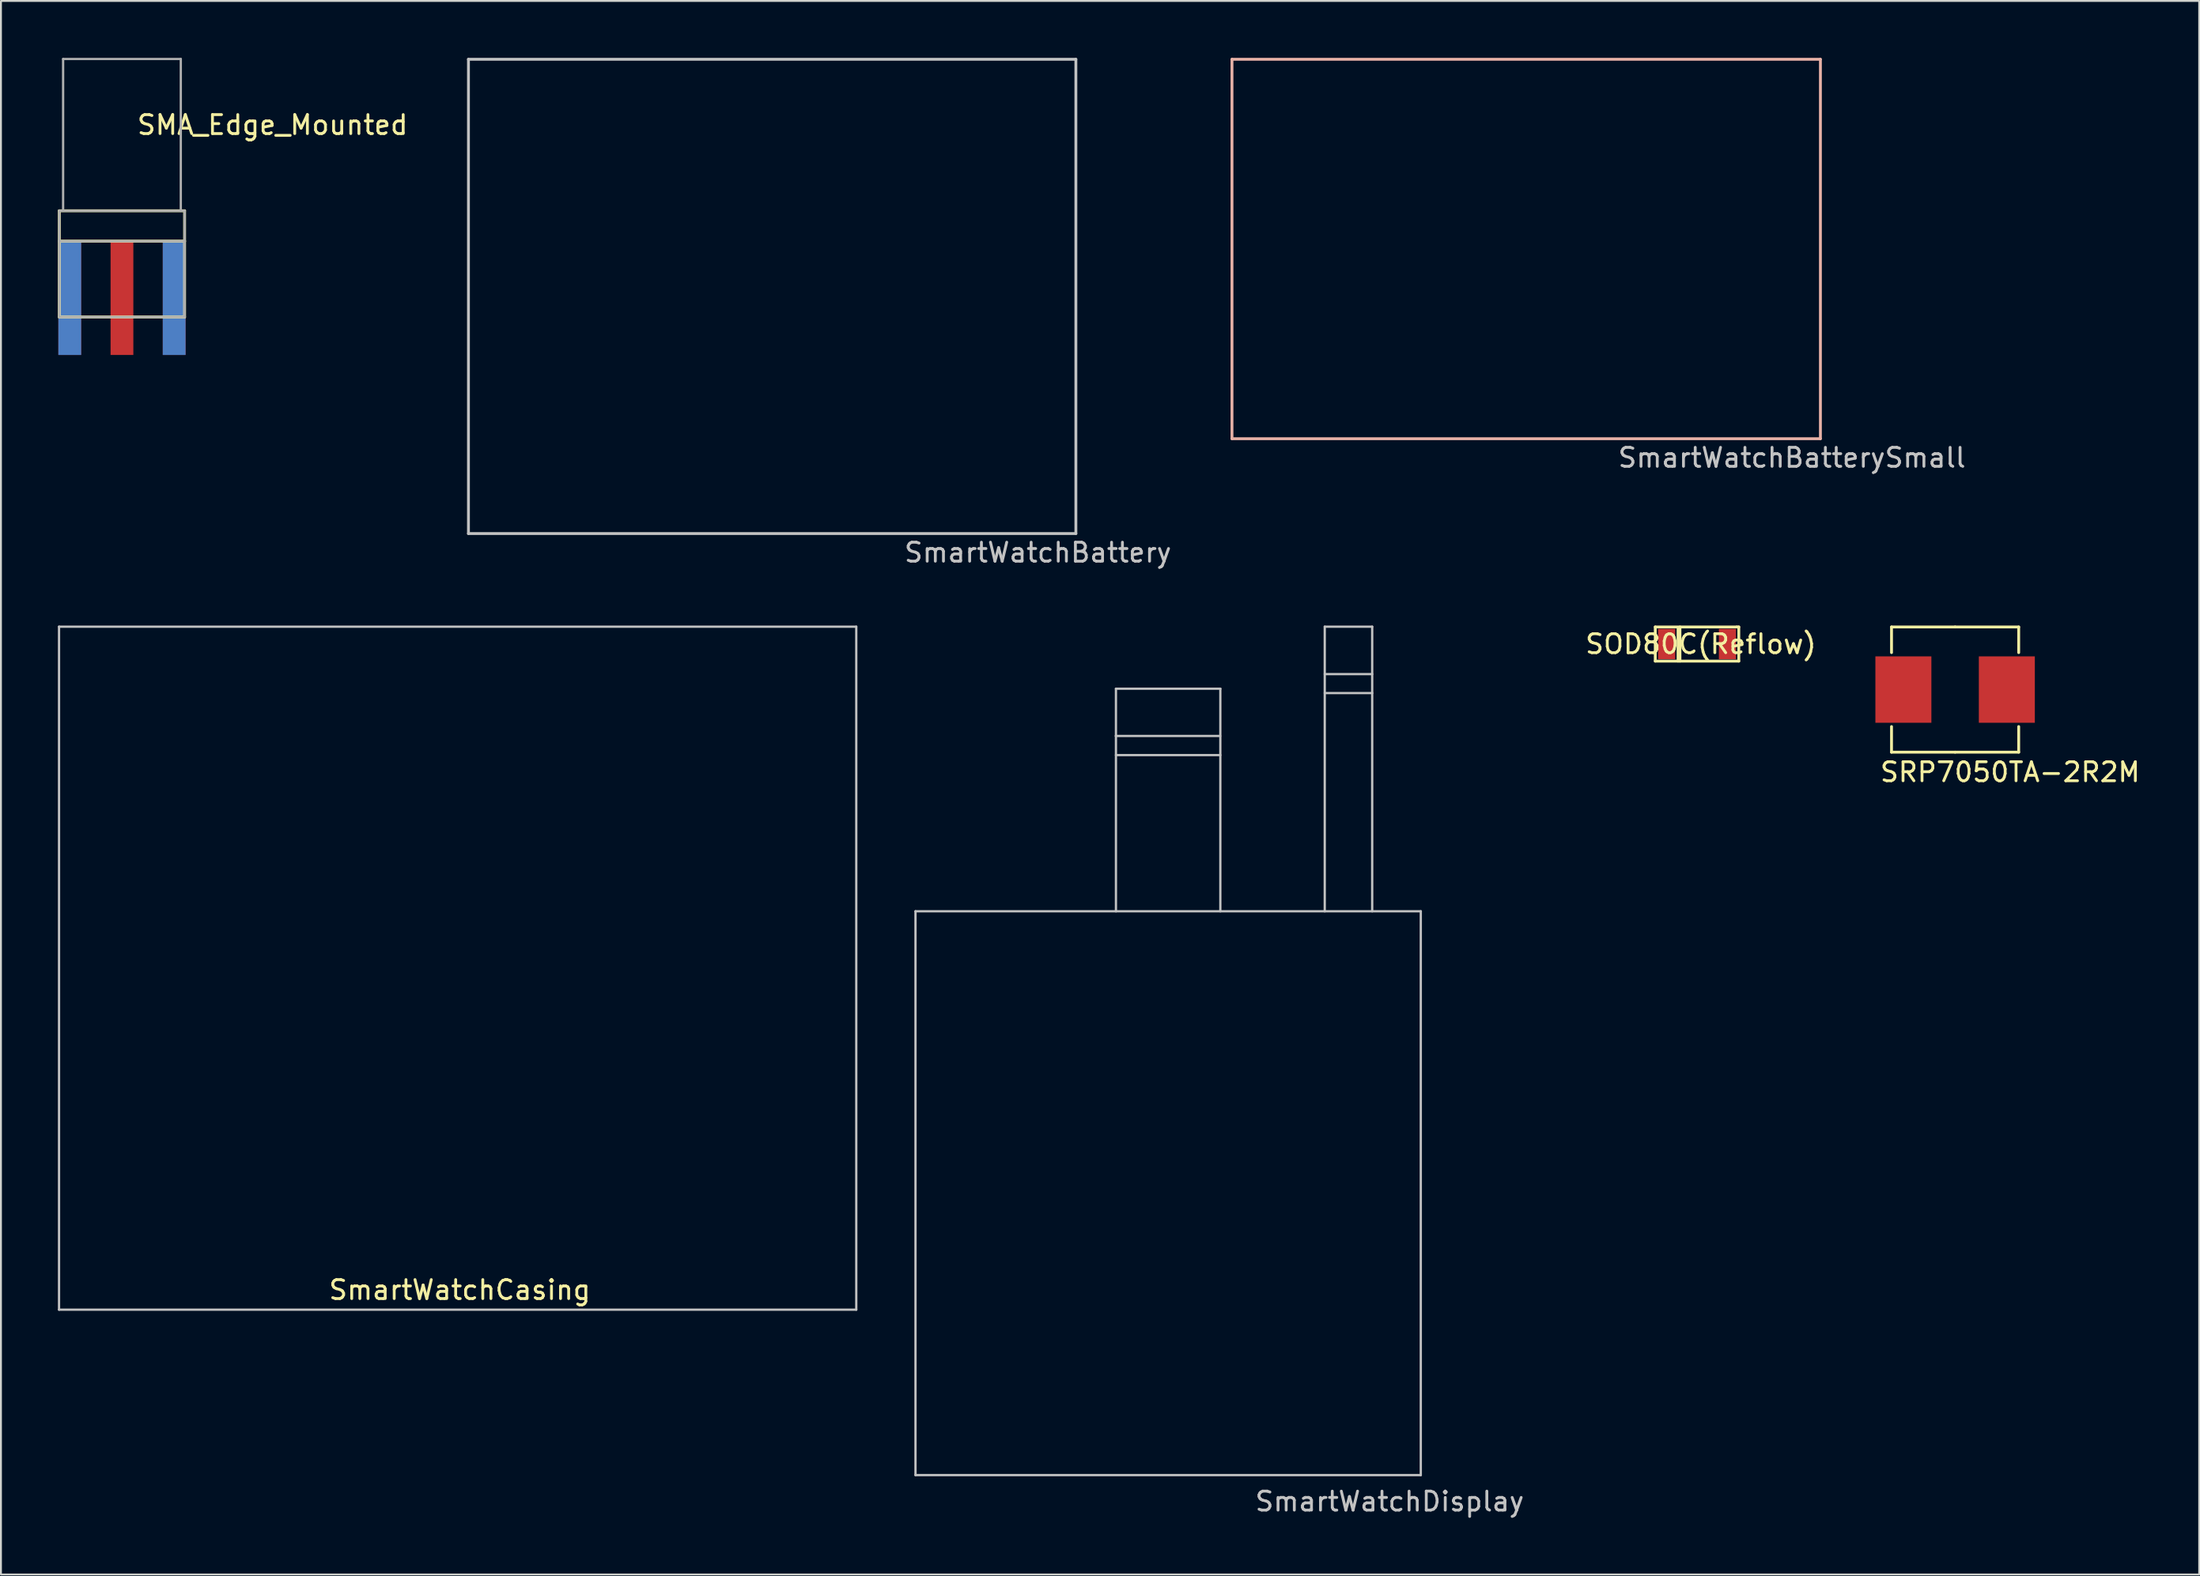
<source format=kicad_pcb>
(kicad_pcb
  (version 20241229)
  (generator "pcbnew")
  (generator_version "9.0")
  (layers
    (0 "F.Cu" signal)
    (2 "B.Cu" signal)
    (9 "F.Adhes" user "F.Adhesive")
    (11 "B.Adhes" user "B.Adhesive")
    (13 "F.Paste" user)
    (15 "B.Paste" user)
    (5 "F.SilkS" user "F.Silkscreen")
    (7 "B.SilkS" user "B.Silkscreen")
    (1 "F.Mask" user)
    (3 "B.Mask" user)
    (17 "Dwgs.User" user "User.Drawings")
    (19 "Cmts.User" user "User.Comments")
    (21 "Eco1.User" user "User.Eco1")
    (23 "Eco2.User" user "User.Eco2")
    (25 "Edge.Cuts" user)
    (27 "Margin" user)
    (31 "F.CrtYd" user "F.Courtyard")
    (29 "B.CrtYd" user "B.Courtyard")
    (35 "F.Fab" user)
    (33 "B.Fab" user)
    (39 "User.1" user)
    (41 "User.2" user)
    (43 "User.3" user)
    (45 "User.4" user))
  (footprint "SRP7050TA-2R2M"
    (layer "F.Cu")
    (at 99.949 33.298)
    (property "Reference" "SRP7050TA-2R2M" (at 2.9 4.35 0) (layer "F.SilkS") (effects (font (size 1 1) (thickness 0.15))))
    (attr through_hole)
    (fp_line (start -3.35 -3.3) (end -3.35 -1.95) (stroke (width 0.15) (type solid)) (layer "F.SilkS"))
    (fp_line (start -3.35 3.3) (end -3.35 1.95) (stroke (width 0.15) (type solid)) (layer "F.SilkS"))
    (fp_line (start 0 -3.3) (end -3.35 -3.3) (stroke (width 0.15) (type solid)) (layer "F.SilkS"))
    (fp_line (start 0 -3.3) (end 3.35 -3.3) (stroke (width 0.15) (type solid)) (layer "F.SilkS"))
    (fp_line (start 0 3.3) (end -3.35 3.3) (stroke (width 0.15) (type solid)) (layer "F.SilkS"))
    (fp_line (start 0 3.3) (end 3.35 3.3) (stroke (width 0.15) (type solid)) (layer "F.SilkS"))
    (fp_line (start 3.35 -3.3) (end 3.35 -1.95) (stroke (width 0.15) (type solid)) (layer "F.SilkS"))
    (fp_line (start 3.35 3.3) (end 3.35 1.95) (stroke (width 0.15) (type solid)) (layer "F.SilkS"))
    (pad "1" smd rect (at 2.725 0) (size 2.95 3.5) (layers "F.Cu" "F.Mask" "F.Paste"))
    (pad "2" smd rect (at -2.725 0) (size 2.95 3.5) (layers "F.Cu" "F.Mask" "F.Paste")))
  (footprint "SmartWatchBatterySmall"
    (layer "F.Cu")
    (at 77.353 10.075)
    (property "Reference" "SmartWatchBatterySmall" (at 14 11 0) (layer "Dwgs.User") (effects (font (size 1 1) (thickness 0.15))))
    (attr through_hole)
    (fp_line (start -15.5 -10) (end -15.5 10) (stroke (width 0.15) (type solid)) (layer "B.SilkS"))
    (fp_line (start -15.5 10) (end 15.5 10) (stroke (width 0.15) (type solid)) (layer "B.SilkS"))
    (fp_line (start 15.5 -10) (end -15.5 -10) (stroke (width 0.15) (type solid)) (layer "B.SilkS"))
    (fp_line (start 15.5 10) (end 15.5 -10) (stroke (width 0.15) (type solid)) (layer "B.SilkS")))
  (footprint "SmartWatchCasing"
    (layer "F.Cu")
    (at 21.06 47.983)
    (property "Reference" "SmartWatchCasing" (at 0.11 16.96 0) (layer "F.SilkS") (effects (font (size 1 1) (thickness 0.15))))
    (attr through_hole)
    (fp_line (start -21 18) (end -21 -18) (stroke (width 0.12) (type solid)) (layer "Dwgs.User"))
    (fp_line (start 21 -18) (end -21 -18) (stroke (width 0.12) (type solid)) (layer "Dwgs.User"))
    (fp_line (start 21 -18) (end 21 18) (stroke (width 0.12) (type solid)) (layer "Dwgs.User"))
    (fp_line (start 21 18) (end -21 18) (stroke (width 0.12) (type solid)) (layer "Dwgs.User")))
  (footprint "SOD80C(Reflow)"
    (layer "F.Cu")
    (at 86.353 30.898)
    (property "Reference" "SOD80C(Reflow)" (at 0.2 0 0) (layer "F.SilkS") (effects (font (size 1 1) (thickness 0.15))))
    (attr through_hole)
    (fp_line (start -2.2 -0.9) (end -2.2 0.9) (stroke (width 0.15) (type solid)) (layer "F.SilkS"))
    (fp_line (start -2.2 0.9) (end 2.2 0.9) (stroke (width 0.15) (type solid)) (layer "F.SilkS"))
    (fp_line (start -1 -0.8) (end -1 0.9) (stroke (width 0.15) (type solid)) (layer "F.SilkS"))
    (fp_line (start -0.9 0.9) (end -0.9 -0.9) (stroke (width 0.15) (type solid)) (layer "F.SilkS"))
    (fp_line (start 2.1 -0.9) (end -2.2 -0.9) (stroke (width 0.15) (type solid)) (layer "F.SilkS"))
    (fp_line (start 2.2 -0.9) (end 2.1 -0.9) (stroke (width 0.15) (type solid)) (layer "F.SilkS"))
    (fp_line (start 2.2 0.9) (end 2.2 -0.9) (stroke (width 0.15) (type solid)) (layer "F.SilkS"))
    (pad "1" smd rect (at -1.6 0) (size 0.9 1.6) (layers "F.Cu" "F.Mask" "F.Paste"))
    (pad "2" smd rect (at 1.6 0) (size 0.9 1.6) (layers "F.Cu" "F.Mask" "F.Paste")))
  (footprint "SmartWatchDisplay"
    (layer "F.Cu")
    (at 58.84 60.183)
    (property "Reference" "SmartWatchDisplay" (at 11.32 15.91 0) (layer "Dwgs.User") (effects (font (size 1 1) (thickness 0.15))))
    (attr through_hole)
    (fp_line (start -13.66 -15.2) (end 12.96 -15.2) (stroke (width 0.12) (type solid)) (layer "Dwgs.User"))
    (fp_line (start -13.66 14.52) (end -13.66 -15.2) (stroke (width 0.12) (type solid)) (layer "Dwgs.User"))
    (fp_line (start -13.66 14.52) (end 12.96 14.52) (stroke (width 0.12) (type solid)) (layer "Dwgs.User"))
    (fp_line (start -3.11 -24.44) (end 2.39 -24.44) (stroke (width 0.12) (type solid)) (layer "Dwgs.User"))
    (fp_line (start -3.1 -26.931) (end 2.4 -26.931) (stroke (width 0.12) (type solid)) (layer "Dwgs.User"))
    (fp_line (start -3.1 -23.431) (end 2.4 -23.431) (stroke (width 0.12) (type solid)) (layer "Dwgs.User"))
    (fp_line (start -3.1 -15.2) (end -3.1 -26.931) (stroke (width 0.12) (type solid)) (layer "Dwgs.User"))
    (fp_line (start 2.4 -15.2) (end 2.4 -26.931) (stroke (width 0.12) (type solid)) (layer "Dwgs.User"))
    (fp_line (start 7.9 -30.2) (end 10.4 -30.2) (stroke (width 0.12) (type solid)) (layer "Dwgs.User"))
    (fp_line (start 7.9 -15.2) (end 7.9 -30.2) (stroke (width 0.12) (type solid)) (layer "Dwgs.User"))
    (fp_line (start 10.4 -27.7) (end 7.9 -27.7) (stroke (width 0.12) (type solid)) (layer "Dwgs.User"))
    (fp_line (start 10.4 -26.7) (end 7.9 -26.7) (stroke (width 0.12) (type solid)) (layer "Dwgs.User"))
    (fp_line (start 10.4 -15.2) (end 10.4 -30.2) (stroke (width 0.12) (type solid)) (layer "Dwgs.User"))
    (fp_line (start 12.96 -15.2) (end 12.96 14.52) (stroke (width 0.12) (type solid)) (layer "Dwgs.User")))
  (footprint "SMA_Edge_Mounted"
    (layer "F.Cu")
    (at 3.375 9.66)
    (property "Reference" "SMA_Edge_Mounted" (at 7.935 -6.125 0) (layer "F.SilkS") (effects (font (size 1 1) (thickness 0.15))))
    (attr through_hole)
    (fp_line (start -3.3 -1.6) (end -3.3 0) (stroke (width 0.15) (type solid)) (layer "F.SilkS"))
    (fp_line (start -3.3 0) (end -3.3 4) (stroke (width 0.15) (type solid)) (layer "F.SilkS"))
    (fp_line (start -3.3 0) (end 3.3 0) (stroke (width 0.15) (type solid)) (layer "F.SilkS"))
    (fp_line (start -3.3 4) (end 3.3 4) (stroke (width 0.15) (type solid)) (layer "F.SilkS"))
    (fp_line (start 3.3 -1.6) (end -3.3 -1.6) (stroke (width 0.15) (type solid)) (layer "F.SilkS"))
    (fp_line (start 3.3 0) (end 3.3 -1.6) (stroke (width 0.15) (type solid)) (layer "F.SilkS"))
    (fp_line (start 3.3 4) (end 3.3 0) (stroke (width 0.15) (type solid)) (layer "F.SilkS"))
    (fp_line (start -3.3 -1.6) (end -3.3 0) (stroke (width 0.12) (type solid)) (layer "F.Fab"))
    (fp_line (start -3.3 0) (end -3.3 4) (stroke (width 0.12) (type solid)) (layer "F.Fab"))
    (fp_line (start -3.3 0) (end 3.3 0) (stroke (width 0.12) (type solid)) (layer "F.Fab"))
    (fp_line (start -3.3 4) (end 3.3 4) (stroke (width 0.12) (type solid)) (layer "F.Fab"))
    (fp_line (start -3.1 -9.6) (end 3.1 -9.6) (stroke (width 0.12) (type solid)) (layer "F.Fab"))
    (fp_line (start -3.1 -1.6) (end -3.1 -9.6) (stroke (width 0.12) (type solid)) (layer "F.Fab"))
    (fp_line (start 3.1 -9.6) (end 3.1 -1.6) (stroke (width 0.12) (type solid)) (layer "F.Fab"))
    (fp_line (start 3.3 -1.6) (end -3.3 -1.6) (stroke (width 0.12) (type solid)) (layer "F.Fab"))
    (fp_line (start 3.3 0) (end 3.3 -1.6) (stroke (width 0.12) (type solid)) (layer "F.Fab"))
    (fp_line (start 3.3 4) (end 3.3 0) (stroke (width 0.12) (type solid)) (layer "F.Fab"))
    (pad "1" smd rect (at 0 3) (size 1.2 6) (layers "F.Cu" "F.Mask" "F.Paste"))
    (pad "2" smd rect (at -2.75 3) (size 1.2 6) (layers "F.Cu" "F.Mask" "F.Paste"))
    (pad "2" smd rect (at -2.75 3) (size 1.2 6) (layers "F.Mask" "B.Cu" "F.Paste"))
    (pad "2" smd rect (at 2.75 3) (size 1.2 6) (layers "F.Cu" "F.Mask" "F.Paste"))
    (pad "2" smd rect (at 2.75 3) (size 1.2 6) (layers "F.Mask" "B.Cu" "F.Paste")))
  (footprint "SmartWatchBattery"
    (layer "F.Cu")
    (at 37.629 12.575)
    (property "Reference" "SmartWatchBattery" (at 14 13.5 0) (layer "Dwgs.User") (effects (font (size 1 1) (thickness 0.15))))
    (attr through_hole)
    (fp_line (start -16 -12.5) (end -16 12.5) (stroke (width 0.15) (type solid)) (layer "Dwgs.User"))
    (fp_line (start -16 12.5) (end 16 12.5) (stroke (width 0.15) (type solid)) (layer "Dwgs.User"))
    (fp_line (start 16 -12.5) (end -16 -12.5) (stroke (width 0.15) (type solid)) (layer "Dwgs.User"))
    (fp_line (start 16 12.5) (end 16 -12.5) (stroke (width 0.15) (type solid)) (layer "Dwgs.User")))
  (gr_rect
    (start -3 -3)
    (end 112.808 79.942)
    (stroke (width 0.1) (type default))
    (fill no)
    (layer "Edge.Cuts")))
</source>
